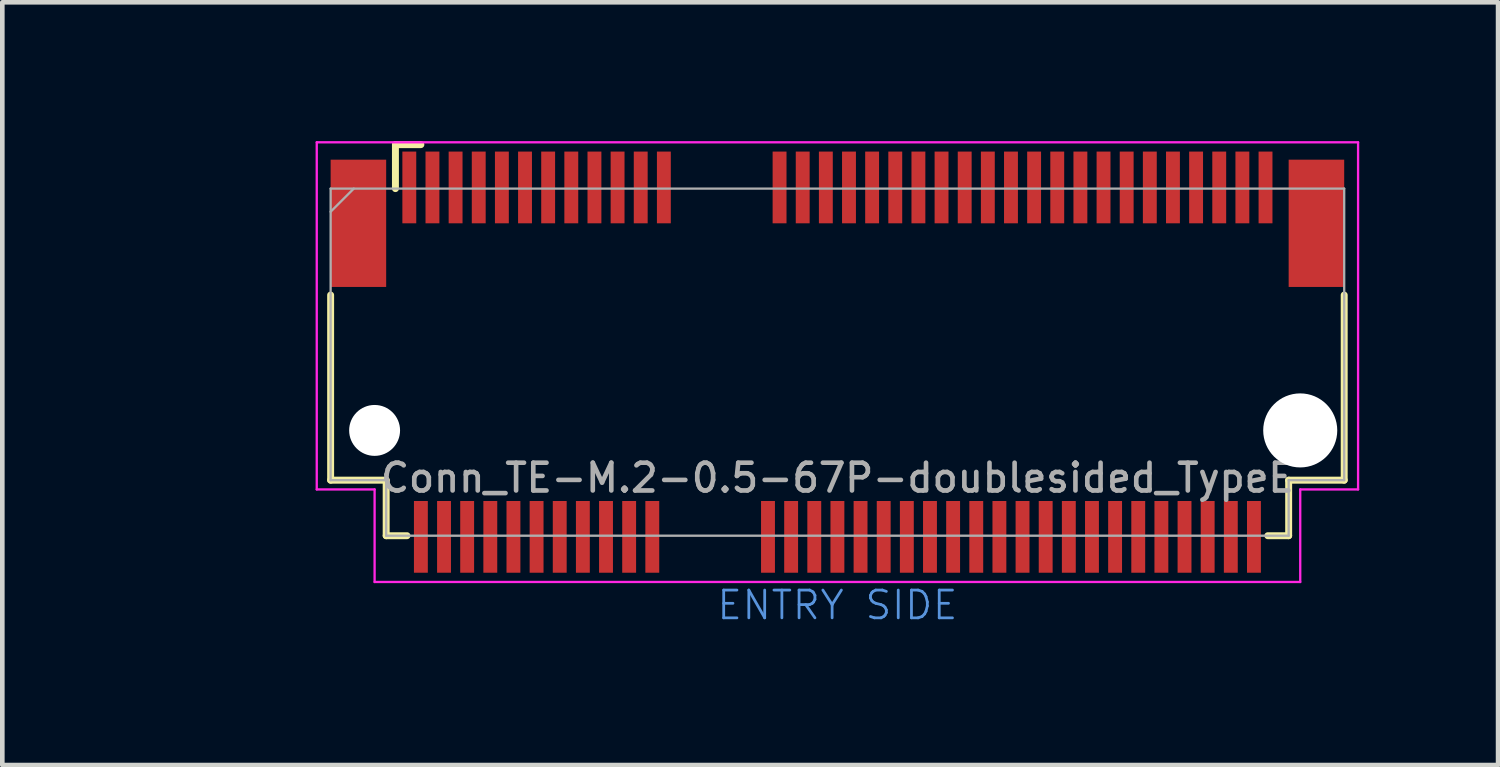
<source format=kicad_pcb>
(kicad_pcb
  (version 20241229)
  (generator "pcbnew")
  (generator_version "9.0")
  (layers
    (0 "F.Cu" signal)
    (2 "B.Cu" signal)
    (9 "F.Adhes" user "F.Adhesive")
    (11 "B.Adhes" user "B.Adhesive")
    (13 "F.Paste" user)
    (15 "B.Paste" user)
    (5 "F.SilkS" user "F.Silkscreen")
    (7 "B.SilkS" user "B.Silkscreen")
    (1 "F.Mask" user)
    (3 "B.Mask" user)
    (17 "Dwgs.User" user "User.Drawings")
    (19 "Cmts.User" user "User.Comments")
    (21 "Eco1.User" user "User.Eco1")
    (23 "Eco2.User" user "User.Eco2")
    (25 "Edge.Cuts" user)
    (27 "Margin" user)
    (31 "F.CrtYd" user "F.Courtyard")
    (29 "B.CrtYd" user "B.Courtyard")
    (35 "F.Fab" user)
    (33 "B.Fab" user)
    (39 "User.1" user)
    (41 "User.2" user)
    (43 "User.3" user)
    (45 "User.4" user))
  (footprint "Conn_TE-M.2-0.5-67P-doublesided_TypeE"
    (layer "F.Cu")
    (at 15.044 6.275)
    (property "Reference" "Conn_TE-M.2-0.5-67P-doublesided_TypeE" (at 0 1 0) (layer "F.Fab") (effects (font (size 0.6 0.6) (thickness 0.1))))
    (attr through_hole)
    (fp_line (start -10.95 1.05) (end -10.95 -2.95) (stroke (width 0.15) (type solid)) (layer "F.SilkS"))
    (fp_line (start -9.75 1.05) (end -10.95 1.05) (stroke (width 0.15) (type solid)) (layer "F.SilkS"))
    (fp_line (start -9.75 2.25) (end -9.75 1.05) (stroke (width 0.15) (type solid)) (layer "F.SilkS"))
    (fp_line (start -9.55 -6.2) (end -9 -6.2) (stroke (width 0.15) (type solid)) (layer "F.SilkS"))
    (fp_line (start -9.55 -5.25) (end -9.55 -6.2) (stroke (width 0.15) (type solid)) (layer "F.SilkS"))
    (fp_line (start -9.3 2.25) (end -9.75 2.25) (stroke (width 0.15) (type solid)) (layer "F.SilkS"))
    (fp_line (start 9.75 1.05) (end 9.75 2.25) (stroke (width 0.15) (type solid)) (layer "F.SilkS"))
    (fp_line (start 9.75 2.25) (end 9.3 2.25) (stroke (width 0.15) (type solid)) (layer "F.SilkS"))
    (fp_line (start 10.95 1.05) (end 9.75 1.05) (stroke (width 0.15) (type solid)) (layer "F.SilkS"))
    (fp_line (start 10.95 1.05) (end 10.95 -2.95) (stroke (width 0.15) (type solid)) (layer "F.SilkS"))
    (fp_line (start -11.25 -6.25) (end 11.25 -6.25) (stroke (width 0.05) (type solid)) (layer "F.CrtYd"))
    (fp_line (start -11.25 1.25) (end -11.25 -6.25) (stroke (width 0.05) (type solid)) (layer "F.CrtYd"))
    (fp_line (start -10 1.25) (end -11.25 1.25) (stroke (width 0.05) (type solid)) (layer "F.CrtYd"))
    (fp_line (start -10 3.25) (end -10 1.25) (stroke (width 0.05) (type solid)) (layer "F.CrtYd"))
    (fp_line (start 10 1.25) (end 10 3.25) (stroke (width 0.05) (type solid)) (layer "F.CrtYd"))
    (fp_line (start 10 3.25) (end -10 3.25) (stroke (width 0.05) (type solid)) (layer "F.CrtYd"))
    (fp_line (start 11.25 -6.25) (end 11.25 1.25) (stroke (width 0.05) (type solid)) (layer "F.CrtYd"))
    (fp_line (start 11.25 1.25) (end 10 1.25) (stroke (width 0.05) (type solid)) (layer "F.CrtYd"))
    (fp_line (start -10.95 -5.25) (end -10.95 1.05) (stroke (width 0.05) (type solid)) (layer "F.Fab"))
    (fp_line (start -10.95 -5.25) (end 10.95 -5.25) (stroke (width 0.05) (type solid)) (layer "F.Fab"))
    (fp_line (start -10.95 -4.75) (end -10.45 -5.25) (stroke (width 0.05) (type solid)) (layer "F.Fab"))
    (fp_line (start -10.95 1.05) (end -9.75 1.05) (stroke (width 0.05) (type solid)) (layer "F.Fab"))
    (fp_line (start -9.75 1.05) (end -9.75 2.25) (stroke (width 0.05) (type solid)) (layer "F.Fab"))
    (fp_line (start -9.75 2.25) (end 9.75 2.25) (stroke (width 0.05) (type solid)) (layer "F.Fab"))
    (fp_line (start 9.75 1.05) (end 9.75 2.25) (stroke (width 0.05) (type solid)) (layer "F.Fab"))
    (fp_line (start 10.95 1.05) (end 9.75 1.05) (stroke (width 0.05) (type solid)) (layer "F.Fab"))
    (fp_line (start 10.95 1.05) (end 10.95 -5.25) (stroke (width 0.05) (type solid)) (layer "F.Fab"))
    (fp_text user "ENTRY SIDE" (at 0 3.75 0) (layer "Cmts.User") (effects (font (size 0.6 0.6) (thickness 0.06))))
    (fp_text user "${REFERENCE}" (at -10.1 -4.8 0) (layer "Eco1.User") (effects (font (size 0.3 0.3) (thickness 0.03))))
    (pad "" np_thru_hole circle (at -10 -0.025) (size 1.1 1.1) (drill 1.1) (layers "*.Cu"))
    (pad "" np_thru_hole circle (at 10 -0.025) (size 1.6 1.6) (drill 1.6) (layers "*.Cu"))
    (pad "1" smd rect (at -9.25 -5.275) (size 0.3 1.55) (layers "F.Cu" "F.Mask" "F.Paste"))
    (pad "2" smd rect (at -9 2.275) (size 0.3 1.55) (layers "F.Cu" "F.Mask" "F.Paste"))
    (pad "3" smd rect (at -8.75 -5.275) (size 0.3 1.55) (layers "F.Cu" "F.Mask" "F.Paste"))
    (pad "4" smd rect (at -8.5 2.275) (size 0.3 1.55) (layers "F.Cu" "F.Mask" "F.Paste"))
    (pad "5" smd rect (at -8.25 -5.275) (size 0.3 1.55) (layers "F.Cu" "F.Mask" "F.Paste"))
    (pad "6" smd rect (at -8 2.275) (size 0.3 1.55) (layers "F.Cu" "F.Mask" "F.Paste"))
    (pad "7" smd rect (at -7.75 -5.275) (size 0.3 1.55) (layers "F.Cu" "F.Mask" "F.Paste"))
    (pad "8" smd rect (at -7.5 2.275) (size 0.3 1.55) (layers "F.Cu" "F.Mask" "F.Paste"))
    (pad "9" smd rect (at -7.25 -5.275) (size 0.3 1.55) (layers "F.Cu" "F.Mask" "F.Paste"))
    (pad "10" smd rect (at -7 2.275) (size 0.3 1.55) (layers "F.Cu" "F.Mask" "F.Paste"))
    (pad "11" smd rect (at -6.75 -5.275) (size 0.3 1.55) (layers "F.Cu" "F.Mask" "F.Paste"))
    (pad "12" smd rect (at -6.5 2.275) (size 0.3 1.55) (layers "F.Cu" "F.Mask" "F.Paste"))
    (pad "13" smd rect (at -6.25 -5.275) (size 0.3 1.55) (layers "F.Cu" "F.Mask" "F.Paste"))
    (pad "14" smd rect (at -6 2.275) (size 0.3 1.55) (layers "F.Cu" "F.Mask" "F.Paste"))
    (pad "15" smd rect (at -5.75 -5.275) (size 0.3 1.55) (layers "F.Cu" "F.Mask" "F.Paste"))
    (pad "16" smd rect (at -5.5 2.275) (size 0.3 1.55) (layers "F.Cu" "F.Mask" "F.Paste"))
    (pad "17" smd rect (at -5.25 -5.275) (size 0.3 1.55) (layers "F.Cu" "F.Mask" "F.Paste"))
    (pad "18" smd rect (at -5 2.275) (size 0.3 1.55) (layers "F.Cu" "F.Mask" "F.Paste"))
    (pad "19" smd rect (at -4.75 -5.275) (size 0.3 1.55) (layers "F.Cu" "F.Mask" "F.Paste"))
    (pad "20" smd rect (at -4.5 2.275) (size 0.3 1.55) (layers "F.Cu" "F.Mask" "F.Paste"))
    (pad "21" smd rect (at -4.25 -5.275) (size 0.3 1.55) (layers "F.Cu" "F.Mask" "F.Paste"))
    (pad "22" smd rect (at -4 2.275) (size 0.3 1.55) (layers "F.Cu" "F.Mask" "F.Paste"))
    (pad "23" smd rect (at -3.75 -5.275) (size 0.3 1.55) (layers "F.Cu" "F.Mask" "F.Paste"))
    (pad "32" smd rect (at -1.5 2.275) (size 0.3 1.55) (layers "F.Cu" "F.Mask" "F.Paste"))
    (pad "33" smd rect (at -1.25 -5.275) (size 0.3 1.55) (layers "F.Cu" "F.Mask" "F.Paste"))
    (pad "34" smd rect (at -1 2.275) (size 0.3 1.55) (layers "F.Cu" "F.Mask" "F.Paste"))
    (pad "35" smd rect (at -0.75 -5.275) (size 0.3 1.55) (layers "F.Cu" "F.Mask" "F.Paste"))
    (pad "36" smd rect (at -0.5 2.275) (size 0.3 1.55) (layers "F.Cu" "F.Mask" "F.Paste"))
    (pad "37" smd rect (at -0.25 -5.275) (size 0.3 1.55) (layers "F.Cu" "F.Mask" "F.Paste"))
    (pad "38" smd rect (at 0 2.275) (size 0.3 1.55) (layers "F.Cu" "F.Mask" "F.Paste"))
    (pad "39" smd rect (at 0.25 -5.275) (size 0.3 1.55) (layers "F.Cu" "F.Mask" "F.Paste"))
    (pad "40" smd rect (at 0.5 2.275) (size 0.3 1.55) (layers "F.Cu" "F.Mask" "F.Paste"))
    (pad "41" smd rect (at 0.75 -5.275) (size 0.3 1.55) (layers "F.Cu" "F.Mask" "F.Paste"))
    (pad "42" smd rect (at 1 2.275) (size 0.3 1.55) (layers "F.Cu" "F.Mask" "F.Paste"))
    (pad "43" smd rect (at 1.25 -5.275) (size 0.3 1.55) (layers "F.Cu" "F.Mask" "F.Paste"))
    (pad "44" smd rect (at 1.5 2.275) (size 0.3 1.55) (layers "F.Cu" "F.Mask" "F.Paste"))
    (pad "45" smd rect (at 1.75 -5.275) (size 0.3 1.55) (layers "F.Cu" "F.Mask" "F.Paste"))
    (pad "46" smd rect (at 2 2.275) (size 0.3 1.55) (layers "F.Cu" "F.Mask" "F.Paste"))
    (pad "47" smd rect (at 2.25 -5.275) (size 0.3 1.55) (layers "F.Cu" "F.Mask" "F.Paste"))
    (pad "48" smd rect (at 2.5 2.275) (size 0.3 1.55) (layers "F.Cu" "F.Mask" "F.Paste"))
    (pad "49" smd rect (at 2.75 -5.275) (size 0.3 1.55) (layers "F.Cu" "F.Mask" "F.Paste"))
    (pad "50" smd rect (at 3 2.275) (size 0.3 1.55) (layers "F.Cu" "F.Mask" "F.Paste"))
    (pad "51" smd rect (at 3.25 -5.275) (size 0.3 1.55) (layers "F.Cu" "F.Mask" "F.Paste"))
    (pad "52" smd rect (at 3.5 2.275) (size 0.3 1.55) (layers "F.Cu" "F.Mask" "F.Paste"))
    (pad "53" smd rect (at 3.75 -5.275) (size 0.3 1.55) (layers "F.Cu" "F.Mask" "F.Paste"))
    (pad "54" smd rect (at 4 2.275) (size 0.3 1.55) (layers "F.Cu" "F.Mask" "F.Paste"))
    (pad "55" smd rect (at 4.25 -5.275) (size 0.3 1.55) (layers "F.Cu" "F.Mask" "F.Paste"))
    (pad "56" smd rect (at 4.5 2.275) (size 0.3 1.55) (layers "F.Cu" "F.Mask" "F.Paste"))
    (pad "57" smd rect (at 4.75 -5.275) (size 0.3 1.55) (layers "F.Cu" "F.Mask" "F.Paste"))
    (pad "58" smd rect (at 5 2.275) (size 0.3 1.55) (layers "F.Cu" "F.Mask" "F.Paste"))
    (pad "59" smd rect (at 5.25 -5.275) (size 0.3 1.55) (layers "F.Cu" "F.Mask" "F.Paste"))
    (pad "60" smd rect (at 5.5 2.275) (size 0.3 1.55) (layers "F.Cu" "F.Mask" "F.Paste"))
    (pad "61" smd rect (at 5.75 -5.275) (size 0.3 1.55) (layers "F.Cu" "F.Mask" "F.Paste"))
    (pad "62" smd rect (at 6 2.275) (size 0.3 1.55) (layers "F.Cu" "F.Mask" "F.Paste"))
    (pad "63" smd rect (at 6.25 -5.275) (size 0.3 1.55) (layers "F.Cu" "F.Mask" "F.Paste"))
    (pad "64" smd rect (at 6.5 2.275) (size 0.3 1.55) (layers "F.Cu" "F.Mask" "F.Paste"))
    (pad "65" smd rect (at 6.75 -5.275) (size 0.3 1.55) (layers "F.Cu" "F.Mask" "F.Paste"))
    (pad "66" smd rect (at 7 2.275) (size 0.3 1.55) (layers "F.Cu" "F.Mask" "F.Paste"))
    (pad "67" smd rect (at 7.25 -5.275) (size 0.3 1.55) (layers "F.Cu" "F.Mask" "F.Paste"))
    (pad "68" smd rect (at 7.5 2.275) (size 0.3 1.55) (layers "F.Cu" "F.Mask" "F.Paste"))
    (pad "69" smd rect (at 7.75 -5.275) (size 0.3 1.55) (layers "F.Cu" "F.Mask" "F.Paste"))
    (pad "70" smd rect (at 8 2.275) (size 0.3 1.55) (layers "F.Cu" "F.Mask" "F.Paste"))
    (pad "71" smd rect (at 8.25 -5.275) (size 0.3 1.55) (layers "F.Cu" "F.Mask" "F.Paste"))
    (pad "72" smd rect (at 8.5 2.275) (size 0.3 1.55) (layers "F.Cu" "F.Mask" "F.Paste"))
    (pad "73" smd rect (at 8.75 -5.275) (size 0.3 1.55) (layers "F.Cu" "F.Mask" "F.Paste"))
    (pad "74" smd rect (at 9 2.275) (size 0.3 1.55) (layers "F.Cu" "F.Mask" "F.Paste"))
    (pad "75" smd rect (at 9.25 -5.275) (size 0.3 1.55) (layers "F.Cu" "F.Mask" "F.Paste"))
    (pad "MP" smd rect (at -10.35 -4.5) (size 1.2 2.75) (layers "F.Cu" "F.Mask" "F.Paste"))
    (pad "MP" smd rect (at 10.35 -4.5) (size 1.2 2.75) (layers "F.Cu" "F.Mask" "F.Paste")))
  (gr_rect
    (start -3 -3)
    (end 29.319 13.481)
    (stroke (width 0.1) (type default))
    (fill no)
    (layer "Edge.Cuts")))
</source>
